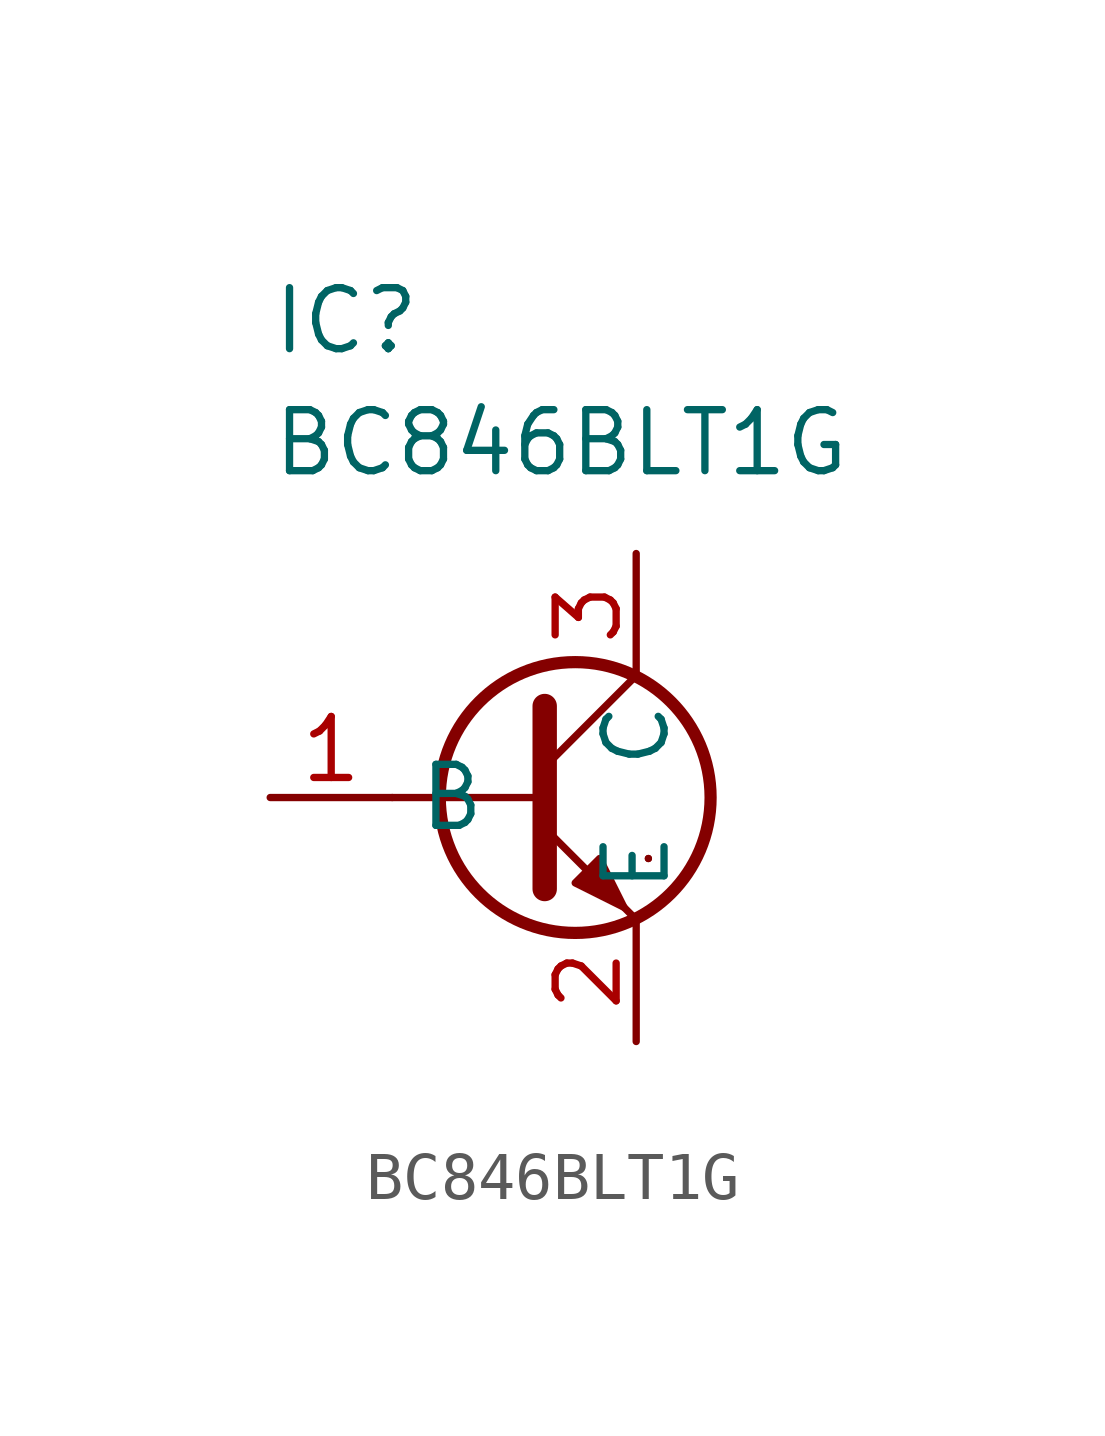
<source format=kicad_sym>
(kicad_symbol_lib
  (version 20241209)
  (generator "kicad_symbol_editor")
  (generator_version "9.0")
  (symbol "BC846BLT1G"
    (property "Reference" "IC"
      (at 0 10.668 0)
      (effects (font (size 1.27 1.27)) (justify left top)))
    (property "Value" "BC846BLT1G"
      (at 0 8.128 0)
      (effects (font (size 1.27 1.27)) (justify left top)))
    (symbol "BC846BLT1G_0_1"
      (polyline (pts (xy 2.54 0) (xy 5.715 0)) (stroke (width 0.152) (type default)) (fill (type none)))
      (polyline (pts (xy 5.715 1.905) (xy 5.715 -1.905) (xy 5.715 -1.905)) (stroke (width 0.508) (type default)) (fill (type none)))
      (polyline (pts (xy 5.715 0.635) (xy 7.62 2.54)) (stroke (width 0) (type default)) (fill (type none)))
      (polyline (pts (xy 5.715 -0.635) (xy 7.62 -2.54) (xy 7.62 -2.54)) (stroke (width 0) (type default)) (fill (type none)))
      (circle (center 6.35 0) (radius 2.819) (stroke (width 0.254) (type default)) (fill (type none)))
      (polyline (pts (xy 6.35 -1.778) (xy 6.858 -1.27) (xy 7.366 -2.286) (xy 6.35 -1.778) (xy 6.35 -1.778)) (stroke (width 0) (type default)) (fill (type outline)))
      (polyline (pts (xy 7.874 -1.27) (xy 7.874 -1.27)) (stroke (width 0.152) (type default)) (fill (type none)))
      (polyline (pts (xy 7.874 -1.27) (xy 7.874 -1.27)) (stroke (width 0.152) (type default)) (fill (type none))))
    (symbol "BC846BLT1G_1_1"
      (pin passive line (at 0 0 0) (length 2.54) (name "B" (effects (font (size 1.27 1.27)))) (number "1" (effects (font (size 1.27 1.27)))))
      (pin passive line (at 7.62 5.08 270) (length 2.54) (name "C" (effects (font (size 1.27 1.27)))) (number "3" (effects (font (size 1.27 1.27)))))
      (pin passive line (at 7.62 -5.08 90) (length 2.54) (name "E" (effects (font (size 1.27 1.27)))) (number "2" (effects (font (size 1.27 1.27))))))))
</source>
